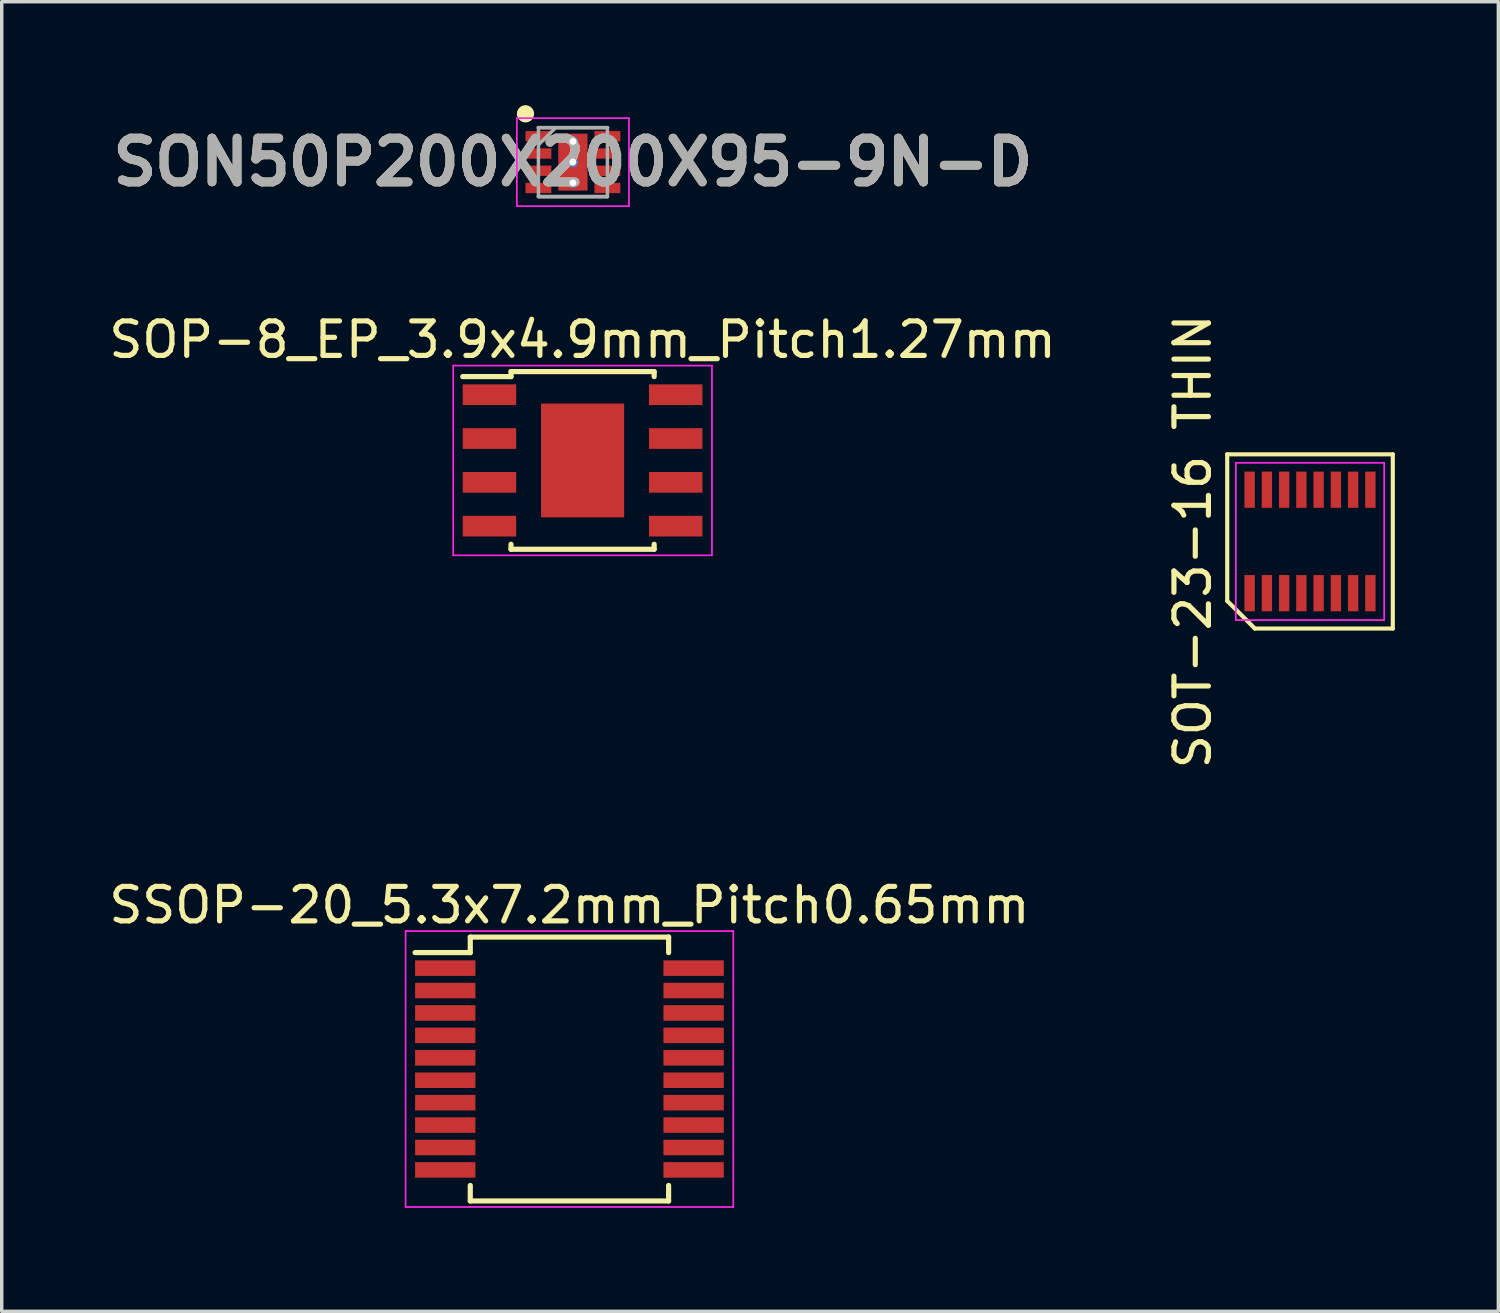
<source format=kicad_pcb>
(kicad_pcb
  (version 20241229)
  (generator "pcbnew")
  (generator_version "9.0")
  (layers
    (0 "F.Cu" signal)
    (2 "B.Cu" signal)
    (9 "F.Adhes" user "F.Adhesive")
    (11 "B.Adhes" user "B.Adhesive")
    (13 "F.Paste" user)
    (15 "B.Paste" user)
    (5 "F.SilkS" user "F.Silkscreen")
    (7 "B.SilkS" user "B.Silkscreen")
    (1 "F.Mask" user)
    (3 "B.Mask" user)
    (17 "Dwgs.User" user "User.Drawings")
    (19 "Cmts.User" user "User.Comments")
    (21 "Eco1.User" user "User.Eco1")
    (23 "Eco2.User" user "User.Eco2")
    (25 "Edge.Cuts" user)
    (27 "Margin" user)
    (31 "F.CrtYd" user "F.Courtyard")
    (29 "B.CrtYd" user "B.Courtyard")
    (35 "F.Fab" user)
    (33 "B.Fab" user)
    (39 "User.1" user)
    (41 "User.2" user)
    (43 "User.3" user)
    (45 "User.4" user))
  (footprint "SOP-8_EP_3.9x4.9mm_Pitch1.27mm"
    (layer "F.Cu")
    (at 13.839 10.298)
    (property "Reference" "SOP-8_EP_3.9x4.9mm_Pitch1.27mm" (at 0 -3.5 0) (layer "F.SilkS") (effects (font (size 1 1) (thickness 0.15))))
    (attr smd)
    (fp_line (start -2.075 -2.575) (end -2.075 -2.43) (stroke (width 0.15) (type solid)) (layer "F.SilkS"))
    (fp_line (start -2.075 -2.575) (end 2.075 -2.575) (stroke (width 0.15) (type solid)) (layer "F.SilkS"))
    (fp_line (start -2.075 -2.43) (end -3.475 -2.43) (stroke (width 0.15) (type solid)) (layer "F.SilkS"))
    (fp_line (start -2.075 2.575) (end -2.075 2.43) (stroke (width 0.15) (type solid)) (layer "F.SilkS"))
    (fp_line (start -2.075 2.575) (end 2.075 2.575) (stroke (width 0.15) (type solid)) (layer "F.SilkS"))
    (fp_line (start 2.075 -2.575) (end 2.075 -2.43) (stroke (width 0.15) (type solid)) (layer "F.SilkS"))
    (fp_line (start 2.075 2.575) (end 2.075 2.43) (stroke (width 0.15) (type solid)) (layer "F.SilkS"))
    (fp_line (start -3.75 -2.75) (end -3.75 2.75) (stroke (width 0.05) (type solid)) (layer "F.CrtYd"))
    (fp_line (start -3.75 -2.75) (end 3.75 -2.75) (stroke (width 0.05) (type solid)) (layer "F.CrtYd"))
    (fp_line (start -3.75 2.75) (end 3.75 2.75) (stroke (width 0.05) (type solid)) (layer "F.CrtYd"))
    (fp_line (start 3.75 -2.75) (end 3.75 2.75) (stroke (width 0.05) (type solid)) (layer "F.CrtYd"))
    (pad "1" smd rect (at -2.7 -1.905) (size 1.55 0.6) (layers "F.Cu" "F.Mask" "F.Paste"))
    (pad "2" smd rect (at -2.7 -0.635) (size 1.55 0.6) (layers "F.Cu" "F.Mask" "F.Paste"))
    (pad "3" smd rect (at -2.7 0.635) (size 1.55 0.6) (layers "F.Cu" "F.Mask" "F.Paste"))
    (pad "4" smd rect (at -2.7 1.905) (size 1.55 0.6) (layers "F.Cu" "F.Mask" "F.Paste"))
    (pad "5" smd rect (at 2.7 1.905) (size 1.55 0.6) (layers "F.Cu" "F.Mask" "F.Paste"))
    (pad "6" smd rect (at 2.7 0.635) (size 1.55 0.6) (layers "F.Cu" "F.Mask" "F.Paste"))
    (pad "7" smd rect (at 2.7 -0.635) (size 1.55 0.6) (layers "F.Cu" "F.Mask" "F.Paste"))
    (pad "8" smd rect (at 2.7 -1.905) (size 1.55 0.6) (layers "F.Cu" "F.Mask" "F.Paste"))
    (pad "9" smd rect (at 0 0) (size 2.41 3.3) (layers "F.Cu" "F.Mask" "F.Paste")))
  (footprint "SON50P200X200X95-9N-D"
    (layer "F.Cu")
    (at 13.559 1.65)
    (property "Reference" "SON50P200X200X95-9N-D" (at 0 0 0) (layer "F.SilkS") (effects (font (size 1.27 1.27) (thickness 0.254))))
    (attr smd)
    (fp_line (start -1 -1) (end 1 -1) (stroke (width 0.1) (type solid)) (layer "F.SilkS"))
    (fp_line (start 1 1) (end -1 1) (stroke (width 0.1) (type solid)) (layer "F.SilkS"))
    (fp_circle (center -1.375 -1.4) (end -1.375 -1.275) (stroke (width 0.25) (type solid)) (fill no) (layer "F.SilkS"))
    (fp_line (start -1.625 -1.275) (end 1.625 -1.275) (stroke (width 0.05) (type solid)) (layer "F.CrtYd"))
    (fp_line (start -1.625 1.275) (end -1.625 -1.275) (stroke (width 0.05) (type solid)) (layer "F.CrtYd"))
    (fp_line (start 1.625 -1.275) (end 1.625 1.275) (stroke (width 0.05) (type solid)) (layer "F.CrtYd"))
    (fp_line (start 1.625 1.275) (end -1.625 1.275) (stroke (width 0.05) (type solid)) (layer "F.CrtYd"))
    (fp_line (start -1 -1) (end 1 -1) (stroke (width 0.1) (type solid)) (layer "F.Fab"))
    (fp_line (start -1 -0.5) (end -0.5 -1) (stroke (width 0.1) (type solid)) (layer "F.Fab"))
    (fp_line (start -1 1) (end -1 -1) (stroke (width 0.1) (type solid)) (layer "F.Fab"))
    (fp_line (start 1 -1) (end 1 1) (stroke (width 0.1) (type solid)) (layer "F.Fab"))
    (fp_line (start 1 1) (end -1 1) (stroke (width 0.1) (type solid)) (layer "F.Fab"))
    (fp_text user "${REFERENCE}" (at 0 0 0) (layer "F.Fab") (effects (font (size 1.27 1.27) (thickness 0.254))))
    (pad "1" smd rect (at -1 -0.75 90) (size 0.3 0.75) (layers "F.Cu" "F.Mask" "F.Paste"))
    (pad "2" smd rect (at -1 -0.25 90) (size 0.3 0.75) (layers "F.Cu" "F.Mask" "F.Paste"))
    (pad "3" smd rect (at -1 0.25 90) (size 0.3 0.75) (layers "F.Cu" "F.Mask" "F.Paste"))
    (pad "4" smd rect (at -1 0.75 90) (size 0.3 0.75) (layers "F.Cu" "F.Mask" "F.Paste"))
    (pad "5" smd rect (at 1 0.75 90) (size 0.3 0.75) (layers "F.Cu" "F.Mask" "F.Paste"))
    (pad "6" smd rect (at 1 0.25 90) (size 0.3 0.75) (layers "F.Cu" "F.Mask" "F.Paste"))
    (pad "7" smd rect (at 1 -0.25 90) (size 0.3 0.75) (layers "F.Cu" "F.Mask" "F.Paste"))
    (pad "8" smd rect (at 1 -0.75 90) (size 0.3 0.75) (layers "F.Cu" "F.Mask" "F.Paste"))
    (pad "9" thru_hole circle (at 0 -0.6) (size 0.3 0.3) (drill 0.2) (layers "*.Cu" "*.Mask"))
    (pad "9" thru_hole circle (at 0 0) (size 0.3 0.3) (drill 0.2) (layers "*.Cu" "*.Mask"))
    (pad "9" smd rect (at 0 0) (size 0.85 1.65) (layers "F.Cu" "F.Mask" "F.Paste"))
    (pad "9" thru_hole circle (at 0 0.6) (size 0.3 0.3) (drill 0.2) (layers "*.Cu" "*.Mask")))
  (footprint "SOT-23-16 THIN"
    (layer "F.Cu")
    (at 34.927 12.646)
    (property "Reference" "SOT-23-16 THIN" (at -3.4 0 90) (layer "F.SilkS") (effects (font (size 1 1) (thickness 0.15))))
    (attr smd)
    (fp_line (start -2.4 -2.525) (end 2.4 -2.525) (stroke (width 0.12) (type default)) (layer "F.SilkS"))
    (fp_line (start -2.4 1.725) (end -2.4 -2.525) (stroke (width 0.12) (type default)) (layer "F.SilkS"))
    (fp_line (start -1.6 2.525) (end -2.4 1.725) (stroke (width 0.12) (type default)) (layer "F.SilkS"))
    (fp_line (start 2.4 -2.525) (end 2.4 2.525) (stroke (width 0.12) (type default)) (layer "F.SilkS"))
    (fp_line (start 2.4 2.525) (end -1.6 2.525) (stroke (width 0.12) (type default)) (layer "F.SilkS"))
    (fp_line (start -2.15 -2.28) (end 2.15 -2.28) (stroke (width 0.05) (type default)) (layer "F.CrtYd"))
    (fp_line (start -2.15 2.28) (end -2.15 -2.28) (stroke (width 0.05) (type default)) (layer "F.CrtYd"))
    (fp_line (start 2.15 -2.28) (end 2.15 2.28) (stroke (width 0.05) (type default)) (layer "F.CrtYd"))
    (fp_line (start 2.15 2.28) (end -2.15 2.28) (stroke (width 0.05) (type default)) (layer "F.CrtYd"))
    (pad "1" smd rect (at -1.75 1.5) (size 0.3 1.05) (layers "F.Cu" "F.Mask" "F.Paste"))
    (pad "2" smd rect (at -1.25 1.5) (size 0.3 1.05) (layers "F.Cu" "F.Mask" "F.Paste"))
    (pad "3" smd rect (at -0.75 1.5) (size 0.3 1.05) (layers "F.Cu" "F.Mask" "F.Paste"))
    (pad "4" smd rect (at -0.25 1.5) (size 0.3 1.05) (layers "F.Cu" "F.Mask" "F.Paste"))
    (pad "5" smd rect (at 0.25 1.5) (size 0.3 1.05) (layers "F.Cu" "F.Mask" "F.Paste"))
    (pad "6" smd rect (at 0.75 1.5) (size 0.3 1.05) (layers "F.Cu" "F.Mask" "F.Paste"))
    (pad "7" smd rect (at 1.25 1.5) (size 0.3 1.05) (layers "F.Cu" "F.Mask" "F.Paste"))
    (pad "8" smd rect (at 1.75 1.5) (size 0.3 1.05) (layers "F.Cu" "F.Mask" "F.Paste"))
    (pad "9" smd rect (at 1.75 -1.5) (size 0.3 1.05) (layers "F.Cu" "F.Mask" "F.Paste"))
    (pad "10" smd rect (at 1.25 -1.5) (size 0.3 1.05) (layers "F.Cu" "F.Mask" "F.Paste"))
    (pad "11" smd rect (at 0.75 -1.5) (size 0.3 1.05) (layers "F.Cu" "F.Mask" "F.Paste"))
    (pad "12" smd rect (at 0.25 -1.5) (size 0.3 1.05) (layers "F.Cu" "F.Mask" "F.Paste"))
    (pad "13" smd rect (at -0.25 -1.5) (size 0.3 1.05) (layers "F.Cu" "F.Mask" "F.Paste"))
    (pad "14" smd rect (at -0.75 -1.5) (size 0.3 1.05) (layers "F.Cu" "F.Mask" "F.Paste"))
    (pad "15" smd rect (at -1.25 -1.5) (size 0.3 1.05) (layers "F.Cu" "F.Mask" "F.Paste"))
    (pad "16" smd rect (at -1.75 -1.5) (size 0.3 1.05) (layers "F.Cu" "F.Mask" "F.Paste")))
  (footprint "SSOP-20_5.3x7.2mm_Pitch0.65mm"
    (layer "F.Cu")
    (at 13.458 27.941)
    (property "Reference" "SSOP-20_5.3x7.2mm_Pitch0.65mm" (at 0 -4.75 0) (layer "F.SilkS") (effects (font (size 1 1) (thickness 0.15))))
    (attr smd)
    (fp_line (start -2.875 -3.825) (end -2.875 -3.375) (stroke (width 0.15) (type solid)) (layer "F.SilkS"))
    (fp_line (start -2.875 -3.825) (end 2.875 -3.825) (stroke (width 0.15) (type solid)) (layer "F.SilkS"))
    (fp_line (start -2.875 -3.375) (end -4.475 -3.375) (stroke (width 0.15) (type solid)) (layer "F.SilkS"))
    (fp_line (start -2.875 3.825) (end -2.875 3.375) (stroke (width 0.15) (type solid)) (layer "F.SilkS"))
    (fp_line (start -2.875 3.825) (end 2.875 3.825) (stroke (width 0.15) (type solid)) (layer "F.SilkS"))
    (fp_line (start 2.875 -3.825) (end 2.875 -3.375) (stroke (width 0.15) (type solid)) (layer "F.SilkS"))
    (fp_line (start 2.875 3.825) (end 2.875 3.375) (stroke (width 0.15) (type solid)) (layer "F.SilkS"))
    (fp_line (start -4.75 -4) (end -4.75 4) (stroke (width 0.05) (type solid)) (layer "F.CrtYd"))
    (fp_line (start -4.75 -4) (end 4.75 -4) (stroke (width 0.05) (type solid)) (layer "F.CrtYd"))
    (fp_line (start -4.75 4) (end 4.75 4) (stroke (width 0.05) (type solid)) (layer "F.CrtYd"))
    (fp_line (start 4.75 -4) (end 4.75 4) (stroke (width 0.05) (type solid)) (layer "F.CrtYd"))
    (pad "1" smd rect (at -3.6 -2.925) (size 1.75 0.45) (layers "F.Cu" "F.Mask" "F.Paste"))
    (pad "2" smd rect (at -3.6 -2.275) (size 1.75 0.45) (layers "F.Cu" "F.Mask" "F.Paste"))
    (pad "3" smd rect (at -3.6 -1.625) (size 1.75 0.45) (layers "F.Cu" "F.Mask" "F.Paste"))
    (pad "4" smd rect (at -3.6 -0.975) (size 1.75 0.45) (layers "F.Cu" "F.Mask" "F.Paste"))
    (pad "5" smd rect (at -3.6 -0.325) (size 1.75 0.45) (layers "F.Cu" "F.Mask" "F.Paste"))
    (pad "6" smd rect (at -3.6 0.325) (size 1.75 0.45) (layers "F.Cu" "F.Mask" "F.Paste"))
    (pad "7" smd rect (at -3.6 0.975) (size 1.75 0.45) (layers "F.Cu" "F.Mask" "F.Paste"))
    (pad "8" smd rect (at -3.6 1.625) (size 1.75 0.45) (layers "F.Cu" "F.Mask" "F.Paste"))
    (pad "9" smd rect (at -3.6 2.275) (size 1.75 0.45) (layers "F.Cu" "F.Mask" "F.Paste"))
    (pad "10" smd rect (at -3.6 2.925) (size 1.75 0.45) (layers "F.Cu" "F.Mask" "F.Paste"))
    (pad "11" smd rect (at 3.6 2.925) (size 1.75 0.45) (layers "F.Cu" "F.Mask" "F.Paste"))
    (pad "12" smd rect (at 3.6 2.275) (size 1.75 0.45) (layers "F.Cu" "F.Mask" "F.Paste"))
    (pad "13" smd rect (at 3.6 1.625) (size 1.75 0.45) (layers "F.Cu" "F.Mask" "F.Paste"))
    (pad "14" smd rect (at 3.6 0.975) (size 1.75 0.45) (layers "F.Cu" "F.Mask" "F.Paste"))
    (pad "15" smd rect (at 3.6 0.325) (size 1.75 0.45) (layers "F.Cu" "F.Mask" "F.Paste"))
    (pad "16" smd rect (at 3.6 -0.325) (size 1.75 0.45) (layers "F.Cu" "F.Mask" "F.Paste"))
    (pad "17" smd rect (at 3.6 -0.975) (size 1.75 0.45) (layers "F.Cu" "F.Mask" "F.Paste"))
    (pad "18" smd rect (at 3.6 -1.625) (size 1.75 0.45) (layers "F.Cu" "F.Mask" "F.Paste"))
    (pad "19" smd rect (at 3.6 -2.275) (size 1.75 0.45) (layers "F.Cu" "F.Mask" "F.Paste"))
    (pad "20" smd rect (at 3.6 -2.925) (size 1.75 0.45) (layers "F.Cu" "F.Mask" "F.Paste")))
  (gr_rect
    (start -3 -3)
    (end 40.387 34.966)
    (stroke (width 0.1) (type default))
    (fill no)
    (layer "Edge.Cuts")))
</source>
